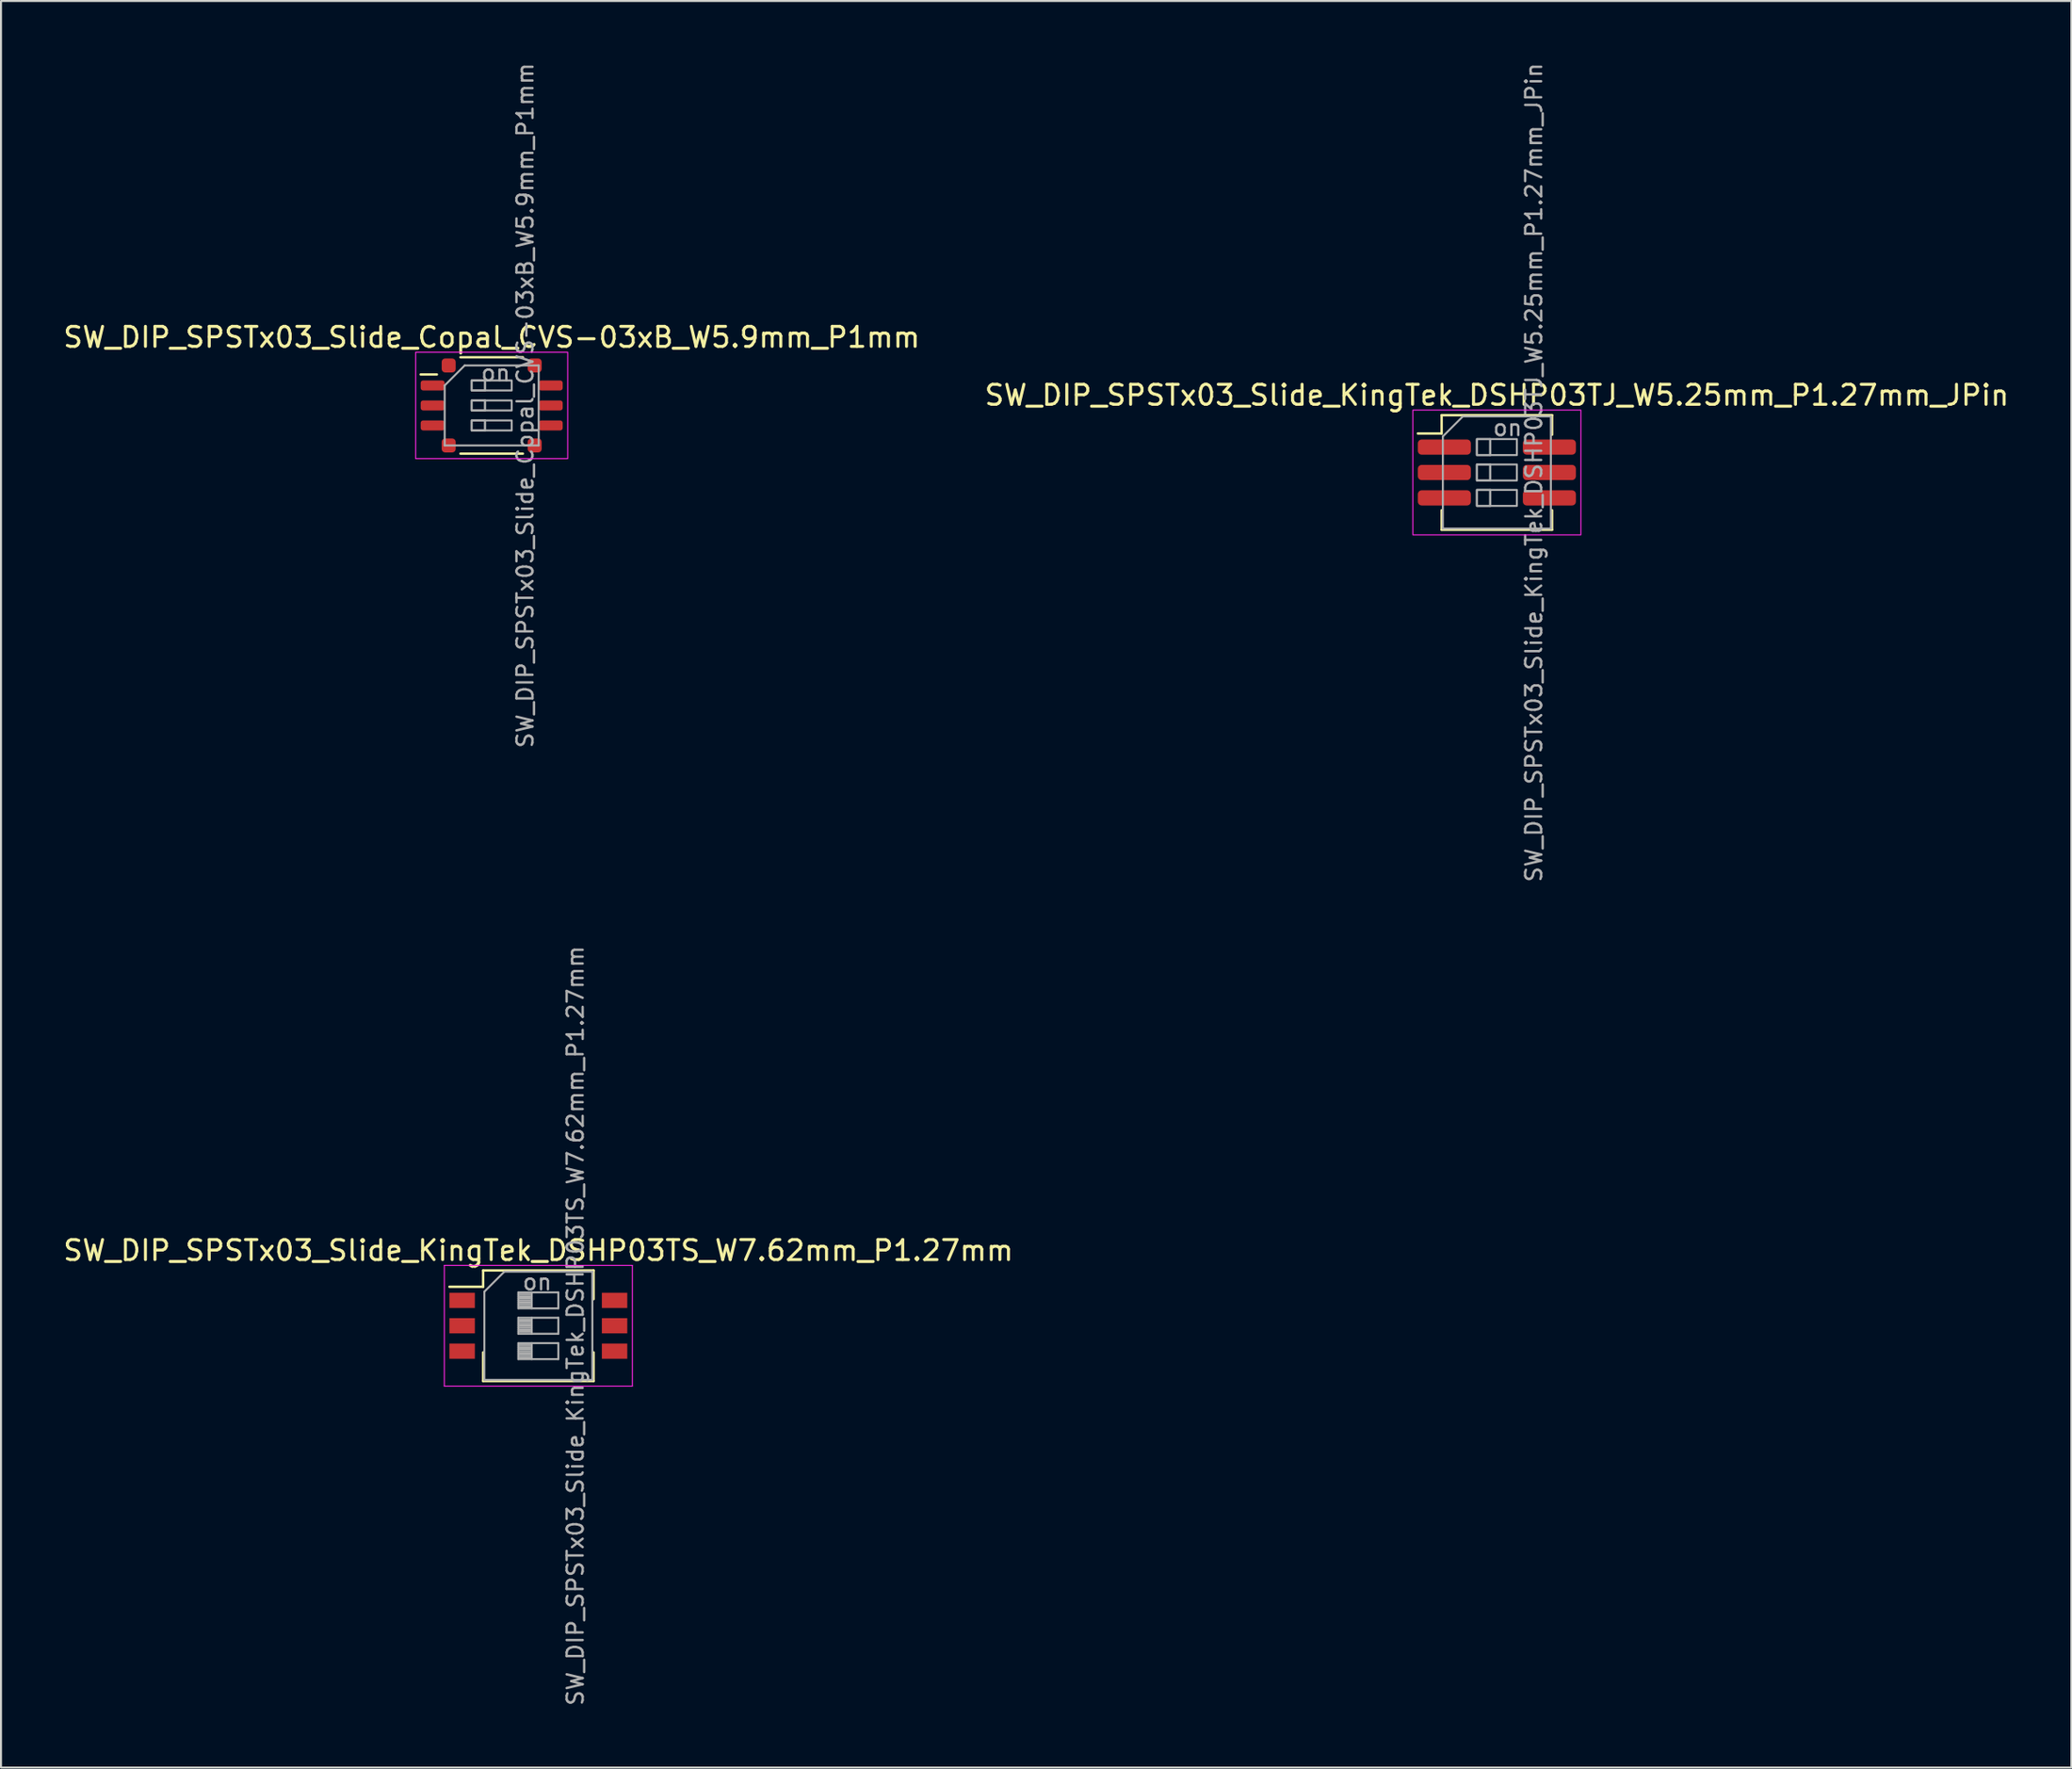
<source format=kicad_pcb>
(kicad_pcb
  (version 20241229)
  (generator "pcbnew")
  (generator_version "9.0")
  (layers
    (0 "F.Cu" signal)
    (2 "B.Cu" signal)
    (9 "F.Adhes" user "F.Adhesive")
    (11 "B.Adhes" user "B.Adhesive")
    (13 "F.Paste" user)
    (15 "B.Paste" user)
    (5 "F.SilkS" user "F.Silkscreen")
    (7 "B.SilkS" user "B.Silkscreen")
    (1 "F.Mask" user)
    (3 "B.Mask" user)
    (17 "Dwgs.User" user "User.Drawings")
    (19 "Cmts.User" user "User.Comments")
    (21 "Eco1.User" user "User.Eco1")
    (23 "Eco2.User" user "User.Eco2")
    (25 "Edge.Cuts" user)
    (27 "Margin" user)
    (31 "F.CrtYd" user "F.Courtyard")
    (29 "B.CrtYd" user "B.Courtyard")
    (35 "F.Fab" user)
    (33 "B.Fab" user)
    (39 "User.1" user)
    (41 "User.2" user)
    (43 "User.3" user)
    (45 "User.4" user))
  (footprint "SW_DIP_SPSTx03_Slide_Copal_CVS-03xB_W5.9mm_P1mm"
    (layer "F.Cu")
    (at 21.53 17.224)
    (property "Reference" "SW_DIP_SPSTx03_Slide_Copal_CVS-03xB_W5.9mm_P1mm" (at 0 -3.41 0) (layer "F.SilkS") (effects (font (size 1 1) (thickness 0.15))))
    (attr smd)
    (fp_line (start -3.55 -1.55) (end -2.74 -1.55) (stroke (width 0.12) (type solid)) (layer "F.SilkS"))
    (fp_line (start -1.56 -2.41) (end 1.56 -2.41) (stroke (width 0.12) (type solid)) (layer "F.SilkS"))
    (fp_line (start -1.56 2.41) (end 1.56 2.41) (stroke (width 0.12) (type solid)) (layer "F.SilkS"))
    (fp_rect (start -3.8 -2.66) (end 3.8 2.66) (stroke (width 0.05) (type solid)) (fill no) (layer "F.CrtYd"))
    (fp_line (start -2.35 -1) (end -1.35 -2) (stroke (width 0.1) (type solid)) (layer "F.Fab"))
    (fp_line (start -2.35 2) (end -2.35 -1) (stroke (width 0.1) (type solid)) (layer "F.Fab"))
    (fp_line (start -1.35 -2) (end 2.35 -2) (stroke (width 0.1) (type solid)) (layer "F.Fab"))
    (fp_line (start -0.333 -1.25) (end -0.333 -0.75) (stroke (width 0.1) (type solid)) (layer "F.Fab"))
    (fp_line (start -0.333 -0.25) (end -0.333 0.25) (stroke (width 0.1) (type solid)) (layer "F.Fab"))
    (fp_line (start -0.333 0.75) (end -0.333 1.25) (stroke (width 0.1) (type solid)) (layer "F.Fab"))
    (fp_line (start 2.35 -2) (end 2.35 2) (stroke (width 0.1) (type solid)) (layer "F.Fab"))
    (fp_line (start 2.35 2) (end -2.35 2) (stroke (width 0.1) (type solid)) (layer "F.Fab"))
    (fp_rect (start -1 -1.25) (end -0.333 -0.75) (stroke (width 0.1) (type solid)) (fill no) (layer "F.Fab"))
    (fp_rect (start -1 -1.25) (end 1 -0.75) (stroke (width 0.1) (type solid)) (fill no) (layer "F.Fab"))
    (fp_rect (start -1 -0.25) (end -0.333 0.25) (stroke (width 0.1) (type solid)) (fill no) (layer "F.Fab"))
    (fp_rect (start -1 -0.25) (end 1 0.25) (stroke (width 0.1) (type solid)) (fill no) (layer "F.Fab"))
    (fp_rect (start -1 0.75) (end -0.333 1.25) (stroke (width 0.1) (type solid)) (fill no) (layer "F.Fab"))
    (fp_rect (start -1 0.75) (end 1 1.25) (stroke (width 0.1) (type solid)) (fill no) (layer "F.Fab"))
    (fp_text user "on" (at 0.2 -1.625 0) (layer "F.Fab") (effects (font (size 0.8 0.8) (thickness 0.12))))
    (fp_text user "${REFERENCE}" (at 1.675 0 90) (layer "F.Fab") (effects (font (size 0.8 0.8) (thickness 0.12))))
    (pad "1" smd roundrect (at -2.95 -1) (size 1.2 0.5) (layers "F.Cu" "F.Mask" "F.Paste") (roundrect_rratio 0.25))
    (pad "2" smd roundrect (at -2.95 0) (size 1.2 0.5) (layers "F.Cu" "F.Mask" "F.Paste") (roundrect_rratio 0.25))
    (pad "3" smd roundrect (at -2.95 1) (size 1.2 0.5) (layers "F.Cu" "F.Mask" "F.Paste") (roundrect_rratio 0.25))
    (pad "4" smd roundrect (at 2.95 1) (size 1.2 0.5) (layers "F.Cu" "F.Mask" "F.Paste") (roundrect_rratio 0.25))
    (pad "5" smd roundrect (at 2.95 0) (size 1.2 0.5) (layers "F.Cu" "F.Mask" "F.Paste") (roundrect_rratio 0.25))
    (pad "6" smd roundrect (at 2.95 -1) (size 1.2 0.5) (layers "F.Cu" "F.Mask" "F.Paste") (roundrect_rratio 0.25))
    (pad "7" smd roundrect (at -2.15 -2) (size 0.7 0.7) (layers "F.Cu" "F.Mask" "F.Paste") (roundrect_rratio 0.25))
    (pad "7" smd roundrect (at -2.15 2) (size 0.7 0.7) (layers "F.Cu" "F.Mask" "F.Paste") (roundrect_rratio 0.25))
    (pad "7" smd roundrect (at 2.15 -2) (size 0.7 0.7) (layers "F.Cu" "F.Mask" "F.Paste") (roundrect_rratio 0.25))
    (pad "7" smd roundrect (at 2.15 2) (size 0.7 0.7) (layers "F.Cu" "F.Mask" "F.Paste") (roundrect_rratio 0.25)))
  (footprint "SW_DIP_SPSTx03_Slide_KingTek_DSHP03TS_W7.62mm_P1.27mm"
    (layer "F.Cu")
    (at 23.863 63.243)
    (property "Reference" "SW_DIP_SPSTx03_Slide_KingTek_DSHP03TS_W7.62mm_P1.27mm" (at 0 -3.765 0) (layer "F.SilkS") (effects (font (size 1 1) (thickness 0.15))))
    (attr smd)
    (fp_line (start -4.445 -1.95) (end -2.76 -1.95) (stroke (width 0.12) (type solid)) (layer "F.SilkS"))
    (fp_line (start -2.76 -2.765) (end -2.76 -1.95) (stroke (width 0.12) (type solid)) (layer "F.SilkS"))
    (fp_line (start -2.76 -2.765) (end 2.76 -2.765) (stroke (width 0.12) (type solid)) (layer "F.SilkS"))
    (fp_line (start -2.76 2.765) (end -2.76 1.33) (stroke (width 0.12) (type solid)) (layer "F.SilkS"))
    (fp_line (start -2.76 2.765) (end 2.76 2.765) (stroke (width 0.12) (type solid)) (layer "F.SilkS"))
    (fp_line (start 2.76 -2.765) (end 2.76 -1.33) (stroke (width 0.12) (type solid)) (layer "F.SilkS"))
    (fp_line (start 2.76 2.765) (end 2.76 1.33) (stroke (width 0.12) (type solid)) (layer "F.SilkS"))
    (fp_line (start -4.7 -3.02) (end -4.7 3.02) (stroke (width 0.05) (type solid)) (layer "F.CrtYd"))
    (fp_line (start -4.7 3.02) (end 4.7 3.02) (stroke (width 0.05) (type solid)) (layer "F.CrtYd"))
    (fp_line (start 4.7 -3.02) (end -4.7 -3.02) (stroke (width 0.05) (type solid)) (layer "F.CrtYd"))
    (fp_line (start 4.7 3.02) (end 4.7 -3.02) (stroke (width 0.05) (type solid)) (layer "F.CrtYd"))
    (fp_line (start -2.7 -1.705) (end -1.7 -2.705) (stroke (width 0.1) (type solid)) (layer "F.Fab"))
    (fp_line (start -2.7 2.705) (end -2.7 -1.705) (stroke (width 0.1) (type solid)) (layer "F.Fab"))
    (fp_line (start -1.7 -2.705) (end 2.7 -2.705) (stroke (width 0.1) (type solid)) (layer "F.Fab"))
    (fp_line (start -1 -1.67) (end -1 -0.87) (stroke (width 0.1) (type solid)) (layer "F.Fab"))
    (fp_line (start -1 -1.57) (end -0.333 -1.57) (stroke (width 0.1) (type solid)) (layer "F.Fab"))
    (fp_line (start -1 -1.47) (end -0.333 -1.47) (stroke (width 0.1) (type solid)) (layer "F.Fab"))
    (fp_line (start -1 -1.37) (end -0.333 -1.37) (stroke (width 0.1) (type solid)) (layer "F.Fab"))
    (fp_line (start -1 -1.27) (end -0.333 -1.27) (stroke (width 0.1) (type solid)) (layer "F.Fab"))
    (fp_line (start -1 -1.17) (end -0.333 -1.17) (stroke (width 0.1) (type solid)) (layer "F.Fab"))
    (fp_line (start -1 -1.07) (end -0.333 -1.07) (stroke (width 0.1) (type solid)) (layer "F.Fab"))
    (fp_line (start -1 -0.97) (end -0.333 -0.97) (stroke (width 0.1) (type solid)) (layer "F.Fab"))
    (fp_line (start -1 -0.87) (end 1 -0.87) (stroke (width 0.1) (type solid)) (layer "F.Fab"))
    (fp_line (start -1 -0.4) (end -1 0.4) (stroke (width 0.1) (type solid)) (layer "F.Fab"))
    (fp_line (start -1 -0.3) (end -0.333 -0.3) (stroke (width 0.1) (type solid)) (layer "F.Fab"))
    (fp_line (start -1 -0.2) (end -0.333 -0.2) (stroke (width 0.1) (type solid)) (layer "F.Fab"))
    (fp_line (start -1 -0.1) (end -0.333 -0.1) (stroke (width 0.1) (type solid)) (layer "F.Fab"))
    (fp_line (start -1 0) (end -0.333 0) (stroke (width 0.1) (type solid)) (layer "F.Fab"))
    (fp_line (start -1 0.1) (end -0.333 0.1) (stroke (width 0.1) (type solid)) (layer "F.Fab"))
    (fp_line (start -1 0.2) (end -0.333 0.2) (stroke (width 0.1) (type solid)) (layer "F.Fab"))
    (fp_line (start -1 0.3) (end -0.333 0.3) (stroke (width 0.1) (type solid)) (layer "F.Fab"))
    (fp_line (start -1 0.4) (end 1 0.4) (stroke (width 0.1) (type solid)) (layer "F.Fab"))
    (fp_line (start -1 0.87) (end -1 1.67) (stroke (width 0.1) (type solid)) (layer "F.Fab"))
    (fp_line (start -1 0.97) (end -0.333 0.97) (stroke (width 0.1) (type solid)) (layer "F.Fab"))
    (fp_line (start -1 1.07) (end -0.333 1.07) (stroke (width 0.1) (type solid)) (layer "F.Fab"))
    (fp_line (start -1 1.17) (end -0.333 1.17) (stroke (width 0.1) (type solid)) (layer "F.Fab"))
    (fp_line (start -1 1.27) (end -0.333 1.27) (stroke (width 0.1) (type solid)) (layer "F.Fab"))
    (fp_line (start -1 1.37) (end -0.333 1.37) (stroke (width 0.1) (type solid)) (layer "F.Fab"))
    (fp_line (start -1 1.47) (end -0.333 1.47) (stroke (width 0.1) (type solid)) (layer "F.Fab"))
    (fp_line (start -1 1.57) (end -0.333 1.57) (stroke (width 0.1) (type solid)) (layer "F.Fab"))
    (fp_line (start -1 1.67) (end 1 1.67) (stroke (width 0.1) (type solid)) (layer "F.Fab"))
    (fp_line (start -0.333 -1.67) (end -0.333 -0.87) (stroke (width 0.1) (type solid)) (layer "F.Fab"))
    (fp_line (start -0.333 -0.4) (end -0.333 0.4) (stroke (width 0.1) (type solid)) (layer "F.Fab"))
    (fp_line (start -0.333 0.87) (end -0.333 1.67) (stroke (width 0.1) (type solid)) (layer "F.Fab"))
    (fp_line (start 1 -1.67) (end -1 -1.67) (stroke (width 0.1) (type solid)) (layer "F.Fab"))
    (fp_line (start 1 -0.87) (end 1 -1.67) (stroke (width 0.1) (type solid)) (layer "F.Fab"))
    (fp_line (start 1 -0.4) (end -1 -0.4) (stroke (width 0.1) (type solid)) (layer "F.Fab"))
    (fp_line (start 1 0.4) (end 1 -0.4) (stroke (width 0.1) (type solid)) (layer "F.Fab"))
    (fp_line (start 1 0.87) (end -1 0.87) (stroke (width 0.1) (type solid)) (layer "F.Fab"))
    (fp_line (start 1 1.67) (end 1 0.87) (stroke (width 0.1) (type solid)) (layer "F.Fab"))
    (fp_line (start 2.7 -2.705) (end 2.7 2.705) (stroke (width 0.1) (type solid)) (layer "F.Fab"))
    (fp_line (start 2.7 2.705) (end -2.7 2.705) (stroke (width 0.1) (type solid)) (layer "F.Fab"))
    (fp_text user "${REFERENCE}" (at 1.85 0 90) (layer "F.Fab") (effects (font (size 0.8 0.8) (thickness 0.12))))
    (fp_text user "on" (at -0.055 -2.188 0) (layer "F.Fab") (effects (font (size 0.8 0.8) (thickness 0.12))))
    (pad "1" smd rect (at -3.81 -1.27) (size 1.27 0.76) (layers "F.Cu" "F.Mask" "F.Paste"))
    (pad "2" smd rect (at -3.81 0) (size 1.27 0.76) (layers "F.Cu" "F.Mask" "F.Paste"))
    (pad "3" smd rect (at -3.81 1.27) (size 1.27 0.76) (layers "F.Cu" "F.Mask" "F.Paste"))
    (pad "4" smd rect (at 3.81 1.27) (size 1.27 0.76) (layers "F.Cu" "F.Mask" "F.Paste"))
    (pad "5" smd rect (at 3.81 0) (size 1.27 0.76) (layers "F.Cu" "F.Mask" "F.Paste"))
    (pad "6" smd rect (at 3.81 -1.27) (size 1.27 0.76) (layers "F.Cu" "F.Mask" "F.Paste")))
  (footprint "SW_DIP_SPSTx03_Slide_KingTek_DSHP03TJ_W5.25mm_P1.27mm_JPin"
    (layer "F.Cu")
    (at 71.78 20.576)
    (property "Reference" "SW_DIP_SPSTx03_Slide_KingTek_DSHP03TJ_W5.25mm_P1.27mm_JPin" (at 0 -3.865 0) (layer "F.SilkS") (effects (font (size 1 1) (thickness 0.15))))
    (attr smd)
    (fp_line (start -3.95 -1.95) (end -2.76 -1.95) (stroke (width 0.12) (type solid)) (layer "F.SilkS"))
    (fp_line (start -2.76 -2.865) (end -2.76 -1.95) (stroke (width 0.12) (type solid)) (layer "F.SilkS"))
    (fp_line (start -2.76 -2.865) (end 2.76 -2.865) (stroke (width 0.12) (type solid)) (layer "F.SilkS"))
    (fp_line (start -2.76 2.865) (end -2.76 1.89) (stroke (width 0.12) (type solid)) (layer "F.SilkS"))
    (fp_line (start -2.76 2.865) (end 2.76 2.865) (stroke (width 0.12) (type solid)) (layer "F.SilkS"))
    (fp_line (start 2.76 -2.865) (end 2.76 -1.89) (stroke (width 0.12) (type solid)) (layer "F.SilkS"))
    (fp_line (start 2.76 2.865) (end 2.76 1.89) (stroke (width 0.12) (type solid)) (layer "F.SilkS"))
    (fp_rect (start -4.2 -3.12) (end 4.2 3.12) (stroke (width 0.05) (type solid)) (fill no) (layer "F.CrtYd"))
    (fp_line (start -2.7 -1.805) (end -1.7 -2.805) (stroke (width 0.1) (type solid)) (layer "F.Fab"))
    (fp_line (start -2.7 2.805) (end -2.7 -1.805) (stroke (width 0.1) (type solid)) (layer "F.Fab"))
    (fp_line (start -1.7 -2.805) (end 2.7 -2.805) (stroke (width 0.1) (type solid)) (layer "F.Fab"))
    (fp_line (start -0.333 -1.67) (end -0.333 -0.87) (stroke (width 0.1) (type solid)) (layer "F.Fab"))
    (fp_line (start -0.333 -0.4) (end -0.333 0.4) (stroke (width 0.1) (type solid)) (layer "F.Fab"))
    (fp_line (start -0.333 0.87) (end -0.333 1.67) (stroke (width 0.1) (type solid)) (layer "F.Fab"))
    (fp_line (start 2.7 -2.805) (end 2.7 2.805) (stroke (width 0.1) (type solid)) (layer "F.Fab"))
    (fp_line (start 2.7 2.805) (end -2.7 2.805) (stroke (width 0.1) (type solid)) (layer "F.Fab"))
    (fp_rect (start -1 -1.67) (end -0.333 -0.87) (stroke (width 0.1) (type solid)) (fill no) (layer "F.Fab"))
    (fp_rect (start -1 -1.67) (end 1 -0.87) (stroke (width 0.1) (type solid)) (fill no) (layer "F.Fab"))
    (fp_rect (start -1 -0.4) (end -0.333 0.4) (stroke (width 0.1) (type solid)) (fill no) (layer "F.Fab"))
    (fp_rect (start -1 -0.4) (end 1 0.4) (stroke (width 0.1) (type solid)) (fill no) (layer "F.Fab"))
    (fp_rect (start -1 0.87) (end -0.333 1.67) (stroke (width 0.1) (type solid)) (fill no) (layer "F.Fab"))
    (fp_rect (start -1 0.87) (end 1 1.67) (stroke (width 0.1) (type solid)) (fill no) (layer "F.Fab"))
    (fp_text user "on" (at 0.537 -2.237 0) (layer "F.Fab") (effects (font (size 0.8 0.8) (thickness 0.12))))
    (fp_text user "${REFERENCE}" (at 1.85 0 90) (layer "F.Fab") (effects (font (size 0.8 0.8) (thickness 0.12))))
    (pad "1" smd roundrect (at -2.625 -1.27) (size 2.65 0.76) (layers "F.Cu" "F.Mask" "F.Paste") (roundrect_rratio 0.25))
    (pad "2" smd roundrect (at -2.625 0) (size 2.65 0.76) (layers "F.Cu" "F.Mask" "F.Paste") (roundrect_rratio 0.25))
    (pad "3" smd roundrect (at -2.625 1.27) (size 2.65 0.76) (layers "F.Cu" "F.Mask" "F.Paste") (roundrect_rratio 0.25))
    (pad "4" smd roundrect (at 2.625 1.27) (size 2.65 0.76) (layers "F.Cu" "F.Mask" "F.Paste") (roundrect_rratio 0.25))
    (pad "5" smd roundrect (at 2.625 0) (size 2.65 0.76) (layers "F.Cu" "F.Mask" "F.Paste") (roundrect_rratio 0.25))
    (pad "6" smd roundrect (at 2.625 -1.27) (size 2.65 0.76) (layers "F.Cu" "F.Mask" "F.Paste") (roundrect_rratio 0.25)))
  (gr_rect
    (start -3 -3)
    (end 100.5 85.333)
    (stroke (width 0.1) (type default))
    (fill no)
    (layer "Edge.Cuts")))
</source>
